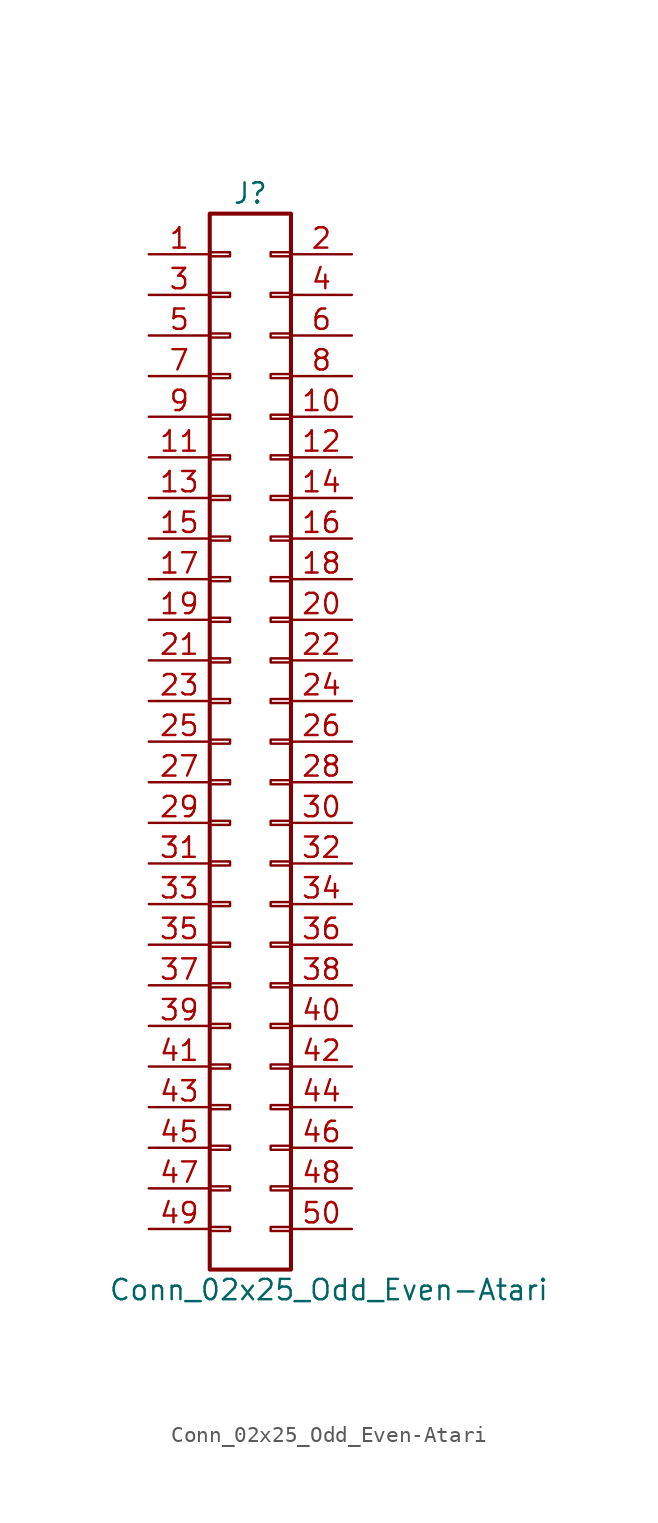
<source format=kicad_sym>
(kicad_symbol_lib
  (version 20231120)
  (generator "kicad_symbol_editor")
  (generator_version "8.0")
  (symbol "Conn_02x25_Odd_Even-Atari"
    (pin_names
      (offset 1.016) hide)
    (property "Reference" "J"
      (at 1.27 34.29 0)
      (effects (font (size 1.27 1.27))))
    (property "Value" "Conn_02x25_Odd_Even-Atari"
      (at -7.62 -34.29 0)
      (effects (font (size 1.27 1.27)) (justify left)))
    (symbol "Conn_02x25_Odd_Even-Atari_1_1"
      (rectangle (start -1.27 -30.353) (end 0 -30.607) (stroke (width 0.152) (type solid)) (fill (type none)))
      (rectangle (start -1.27 -27.813) (end 0 -28.067) (stroke (width 0.152) (type solid)) (fill (type none)))
      (rectangle (start -1.27 -25.273) (end 0 -25.527) (stroke (width 0.152) (type solid)) (fill (type none)))
      (rectangle (start -1.27 -22.733) (end 0 -22.987) (stroke (width 0.152) (type solid)) (fill (type none)))
      (rectangle (start -1.27 -20.193) (end 0 -20.447) (stroke (width 0.152) (type solid)) (fill (type none)))
      (rectangle (start -1.27 -17.653) (end 0 -17.907) (stroke (width 0.152) (type solid)) (fill (type none)))
      (rectangle (start -1.27 -15.113) (end 0 -15.367) (stroke (width 0.152) (type solid)) (fill (type none)))
      (rectangle (start -1.27 -12.573) (end 0 -12.827) (stroke (width 0.152) (type solid)) (fill (type none)))
      (rectangle (start -1.27 -10.033) (end 0 -10.287) (stroke (width 0.152) (type solid)) (fill (type none)))
      (rectangle (start -1.27 -7.493) (end 0 -7.747) (stroke (width 0.152) (type solid)) (fill (type none)))
      (rectangle (start -1.27 -4.953) (end 0 -5.207) (stroke (width 0.152) (type solid)) (fill (type none)))
      (rectangle (start -1.27 -2.413) (end 0 -2.667) (stroke (width 0.152) (type solid)) (fill (type none)))
      (rectangle (start -1.27 0.127) (end 0 -0.127) (stroke (width 0.152) (type solid)) (fill (type none)))
      (rectangle (start -1.27 2.667) (end 0 2.413) (stroke (width 0.152) (type solid)) (fill (type none)))
      (rectangle (start -1.27 5.207) (end 0 4.953) (stroke (width 0.152) (type solid)) (fill (type none)))
      (rectangle (start -1.27 7.747) (end 0 7.493) (stroke (width 0.152) (type solid)) (fill (type none)))
      (rectangle (start -1.27 10.287) (end 0 10.033) (stroke (width 0.152) (type solid)) (fill (type none)))
      (rectangle (start -1.27 12.827) (end 0 12.573) (stroke (width 0.152) (type solid)) (fill (type none)))
      (rectangle (start -1.27 15.367) (end 0 15.113) (stroke (width 0.152) (type solid)) (fill (type none)))
      (rectangle (start -1.27 17.907) (end 0 17.653) (stroke (width 0.152) (type solid)) (fill (type none)))
      (rectangle (start -1.27 20.447) (end 0 20.193) (stroke (width 0.152) (type solid)) (fill (type none)))
      (rectangle (start -1.27 22.987) (end 0 22.733) (stroke (width 0.152) (type solid)) (fill (type none)))
      (rectangle (start -1.27 25.527) (end 0 25.273) (stroke (width 0.152) (type solid)) (fill (type none)))
      (rectangle (start -1.27 28.067) (end 0 27.813) (stroke (width 0.152) (type solid)) (fill (type none)))
      (rectangle (start -1.27 30.607) (end 0 30.353) (stroke (width 0.152) (type solid)) (fill (type none)))
      (rectangle (start -1.27 33.02) (end 3.81 -33.02) (stroke (width 0.254) (type solid)) (fill (type none)))
      (rectangle (start 3.81 -30.353) (end 2.54 -30.607) (stroke (width 0.152) (type solid)) (fill (type none)))
      (rectangle (start 3.81 -27.813) (end 2.54 -28.067) (stroke (width 0.152) (type solid)) (fill (type none)))
      (rectangle (start 3.81 -25.273) (end 2.54 -25.527) (stroke (width 0.152) (type solid)) (fill (type none)))
      (rectangle (start 3.81 -22.733) (end 2.54 -22.987) (stroke (width 0.152) (type solid)) (fill (type none)))
      (rectangle (start 3.81 -20.193) (end 2.54 -20.447) (stroke (width 0.152) (type solid)) (fill (type none)))
      (rectangle (start 3.81 -17.653) (end 2.54 -17.907) (stroke (width 0.152) (type solid)) (fill (type none)))
      (rectangle (start 3.81 -15.113) (end 2.54 -15.367) (stroke (width 0.152) (type solid)) (fill (type none)))
      (rectangle (start 3.81 -12.573) (end 2.54 -12.827) (stroke (width 0.152) (type solid)) (fill (type none)))
      (rectangle (start 3.81 -10.033) (end 2.54 -10.287) (stroke (width 0.152) (type solid)) (fill (type none)))
      (rectangle (start 3.81 -7.493) (end 2.54 -7.747) (stroke (width 0.152) (type solid)) (fill (type none)))
      (rectangle (start 3.81 -4.953) (end 2.54 -5.207) (stroke (width 0.152) (type solid)) (fill (type none)))
      (rectangle (start 3.81 -2.413) (end 2.54 -2.667) (stroke (width 0.152) (type solid)) (fill (type none)))
      (rectangle (start 3.81 0.127) (end 2.54 -0.127) (stroke (width 0.152) (type solid)) (fill (type none)))
      (rectangle (start 3.81 2.667) (end 2.54 2.413) (stroke (width 0.152) (type solid)) (fill (type none)))
      (rectangle (start 3.81 5.207) (end 2.54 4.953) (stroke (width 0.152) (type solid)) (fill (type none)))
      (rectangle (start 3.81 7.747) (end 2.54 7.493) (stroke (width 0.152) (type solid)) (fill (type none)))
      (rectangle (start 3.81 10.287) (end 2.54 10.033) (stroke (width 0.152) (type solid)) (fill (type none)))
      (rectangle (start 3.81 12.827) (end 2.54 12.573) (stroke (width 0.152) (type solid)) (fill (type none)))
      (rectangle (start 3.81 15.367) (end 2.54 15.113) (stroke (width 0.152) (type solid)) (fill (type none)))
      (rectangle (start 3.81 17.907) (end 2.54 17.653) (stroke (width 0.152) (type solid)) (fill (type none)))
      (rectangle (start 3.81 20.447) (end 2.54 20.193) (stroke (width 0.152) (type solid)) (fill (type none)))
      (rectangle (start 3.81 22.987) (end 2.54 22.733) (stroke (width 0.152) (type solid)) (fill (type none)))
      (rectangle (start 3.81 25.527) (end 2.54 25.273) (stroke (width 0.152) (type solid)) (fill (type none)))
      (rectangle (start 3.81 28.067) (end 2.54 27.813) (stroke (width 0.152) (type solid)) (fill (type none)))
      (rectangle (start 3.81 30.607) (end 2.54 30.353) (stroke (width 0.152) (type solid)) (fill (type none)))
      (pin passive line (at -5.08 30.48 0) (length 3.81) (name "Pin_1" (effects (font (size 1.27 1.27)))) (number "1" (effects (font (size 1.27 1.27)))))
      (pin passive line (at 7.62 20.32 180) (length 3.81) (name "Pin_10" (effects (font (size 1.27 1.27)))) (number "10" (effects (font (size 1.27 1.27)))))
      (pin passive line (at -5.08 17.78 0) (length 3.81) (name "Pin_11" (effects (font (size 1.27 1.27)))) (number "11" (effects (font (size 1.27 1.27)))))
      (pin passive line (at 7.62 17.78 180) (length 3.81) (name "Pin_12" (effects (font (size 1.27 1.27)))) (number "12" (effects (font (size 1.27 1.27)))))
      (pin passive line (at -5.08 15.24 0) (length 3.81) (name "Pin_13" (effects (font (size 1.27 1.27)))) (number "13" (effects (font (size 1.27 1.27)))))
      (pin passive line (at 7.62 15.24 180) (length 3.81) (name "Pin_14" (effects (font (size 1.27 1.27)))) (number "14" (effects (font (size 1.27 1.27)))))
      (pin passive line (at -5.08 12.7 0) (length 3.81) (name "Pin_15" (effects (font (size 1.27 1.27)))) (number "15" (effects (font (size 1.27 1.27)))))
      (pin passive line (at 7.62 12.7 180) (length 3.81) (name "Pin_16" (effects (font (size 1.27 1.27)))) (number "16" (effects (font (size 1.27 1.27)))))
      (pin passive line (at -5.08 10.16 0) (length 3.81) (name "Pin_17" (effects (font (size 1.27 1.27)))) (number "17" (effects (font (size 1.27 1.27)))))
      (pin passive line (at 7.62 10.16 180) (length 3.81) (name "Pin_18" (effects (font (size 1.27 1.27)))) (number "18" (effects (font (size 1.27 1.27)))))
      (pin passive line (at -5.08 7.62 0) (length 3.81) (name "Pin_19" (effects (font (size 1.27 1.27)))) (number "19" (effects (font (size 1.27 1.27)))))
      (pin passive line (at 7.62 30.48 180) (length 3.81) (name "Pin_2" (effects (font (size 1.27 1.27)))) (number "2" (effects (font (size 1.27 1.27)))))
      (pin passive line (at 7.62 7.62 180) (length 3.81) (name "Pin_20" (effects (font (size 1.27 1.27)))) (number "20" (effects (font (size 1.27 1.27)))))
      (pin passive line (at -5.08 5.08 0) (length 3.81) (name "Pin_21" (effects (font (size 1.27 1.27)))) (number "21" (effects (font (size 1.27 1.27)))))
      (pin passive line (at 7.62 5.08 180) (length 3.81) (name "Pin_22" (effects (font (size 1.27 1.27)))) (number "22" (effects (font (size 1.27 1.27)))))
      (pin passive line (at -5.08 2.54 0) (length 3.81) (name "Pin_23" (effects (font (size 1.27 1.27)))) (number "23" (effects (font (size 1.27 1.27)))))
      (pin passive line (at 7.62 2.54 180) (length 3.81) (name "Pin_24" (effects (font (size 1.27 1.27)))) (number "24" (effects (font (size 1.27 1.27)))))
      (pin passive line (at -5.08 0 0) (length 3.81) (name "Pin_25" (effects (font (size 1.27 1.27)))) (number "25" (effects (font (size 1.27 1.27)))))
      (pin passive line (at 7.62 0 180) (length 3.81) (name "Pin_26" (effects (font (size 1.27 1.27)))) (number "26" (effects (font (size 1.27 1.27)))))
      (pin passive line (at -5.08 -2.54 0) (length 3.81) (name "Pin_27" (effects (font (size 1.27 1.27)))) (number "27" (effects (font (size 1.27 1.27)))))
      (pin passive line (at 7.62 -2.54 180) (length 3.81) (name "Pin_28" (effects (font (size 1.27 1.27)))) (number "28" (effects (font (size 1.27 1.27)))))
      (pin passive line (at -5.08 -5.08 0) (length 3.81) (name "Pin_29" (effects (font (size 1.27 1.27)))) (number "29" (effects (font (size 1.27 1.27)))))
      (pin passive line (at -5.08 27.94 0) (length 3.81) (name "Pin_3" (effects (font (size 1.27 1.27)))) (number "3" (effects (font (size 1.27 1.27)))))
      (pin passive line (at 7.62 -5.08 180) (length 3.81) (name "Pin_30" (effects (font (size 1.27 1.27)))) (number "30" (effects (font (size 1.27 1.27)))))
      (pin passive line (at -5.08 -7.62 0) (length 3.81) (name "Pin_31" (effects (font (size 1.27 1.27)))) (number "31" (effects (font (size 1.27 1.27)))))
      (pin passive line (at 7.62 -7.62 180) (length 3.81) (name "Pin_32" (effects (font (size 1.27 1.27)))) (number "32" (effects (font (size 1.27 1.27)))))
      (pin passive line (at -5.08 -10.16 0) (length 3.81) (name "Pin_33" (effects (font (size 1.27 1.27)))) (number "33" (effects (font (size 1.27 1.27)))))
      (pin passive line (at 7.62 -10.16 180) (length 3.81) (name "Pin_34" (effects (font (size 1.27 1.27)))) (number "34" (effects (font (size 1.27 1.27)))))
      (pin passive line (at -5.08 -12.7 0) (length 3.81) (name "Pin_35" (effects (font (size 1.27 1.27)))) (number "35" (effects (font (size 1.27 1.27)))))
      (pin passive line (at 7.62 -12.7 180) (length 3.81) (name "Pin_36" (effects (font (size 1.27 1.27)))) (number "36" (effects (font (size 1.27 1.27)))))
      (pin passive line (at -5.08 -15.24 0) (length 3.81) (name "Pin_37" (effects (font (size 1.27 1.27)))) (number "37" (effects (font (size 1.27 1.27)))))
      (pin passive line (at 7.62 -15.24 180) (length 3.81) (name "Pin_38" (effects (font (size 1.27 1.27)))) (number "38" (effects (font (size 1.27 1.27)))))
      (pin passive line (at -5.08 -17.78 0) (length 3.81) (name "Pin_39" (effects (font (size 1.27 1.27)))) (number "39" (effects (font (size 1.27 1.27)))))
      (pin passive line (at 7.62 27.94 180) (length 3.81) (name "Pin_4" (effects (font (size 1.27 1.27)))) (number "4" (effects (font (size 1.27 1.27)))))
      (pin passive line (at 7.62 -17.78 180) (length 3.81) (name "Pin_40" (effects (font (size 1.27 1.27)))) (number "40" (effects (font (size 1.27 1.27)))))
      (pin passive line (at -5.08 -20.32 0) (length 3.81) (name "Pin_41" (effects (font (size 1.27 1.27)))) (number "41" (effects (font (size 1.27 1.27)))))
      (pin passive line (at 7.62 -20.32 180) (length 3.81) (name "Pin_42" (effects (font (size 1.27 1.27)))) (number "42" (effects (font (size 1.27 1.27)))))
      (pin passive line (at -5.08 -22.86 0) (length 3.81) (name "Pin_43" (effects (font (size 1.27 1.27)))) (number "43" (effects (font (size 1.27 1.27)))))
      (pin passive line (at 7.62 -22.86 180) (length 3.81) (name "Pin_44" (effects (font (size 1.27 1.27)))) (number "44" (effects (font (size 1.27 1.27)))))
      (pin passive line (at -5.08 -25.4 0) (length 3.81) (name "Pin_45" (effects (font (size 1.27 1.27)))) (number "45" (effects (font (size 1.27 1.27)))))
      (pin passive line (at 7.62 -25.4 180) (length 3.81) (name "Pin_46" (effects (font (size 1.27 1.27)))) (number "46" (effects (font (size 1.27 1.27)))))
      (pin passive line (at -5.08 -27.94 0) (length 3.81) (name "Pin_47" (effects (font (size 1.27 1.27)))) (number "47" (effects (font (size 1.27 1.27)))))
      (pin passive line (at 7.62 -27.94 180) (length 3.81) (name "Pin_48" (effects (font (size 1.27 1.27)))) (number "48" (effects (font (size 1.27 1.27)))))
      (pin passive line (at -5.08 -30.48 0) (length 3.81) (name "Pin_49" (effects (font (size 1.27 1.27)))) (number "49" (effects (font (size 1.27 1.27)))))
      (pin passive line (at -5.08 25.4 0) (length 3.81) (name "Pin_5" (effects (font (size 1.27 1.27)))) (number "5" (effects (font (size 1.27 1.27)))))
      (pin passive line (at 7.62 -30.48 180) (length 3.81) (name "Pin_50" (effects (font (size 1.27 1.27)))) (number "50" (effects (font (size 1.27 1.27)))))
      (pin passive line (at 7.62 25.4 180) (length 3.81) (name "Pin_6" (effects (font (size 1.27 1.27)))) (number "6" (effects (font (size 1.27 1.27)))))
      (pin passive line (at -5.08 22.86 0) (length 3.81) (name "Pin_7" (effects (font (size 1.27 1.27)))) (number "7" (effects (font (size 1.27 1.27)))))
      (pin passive line (at 7.62 22.86 180) (length 3.81) (name "Pin_8" (effects (font (size 1.27 1.27)))) (number "8" (effects (font (size 1.27 1.27)))))
      (pin passive line (at -5.08 20.32 0) (length 3.81) (name "Pin_9" (effects (font (size 1.27 1.27)))) (number "9" (effects (font (size 1.27 1.27))))))))
</source>
